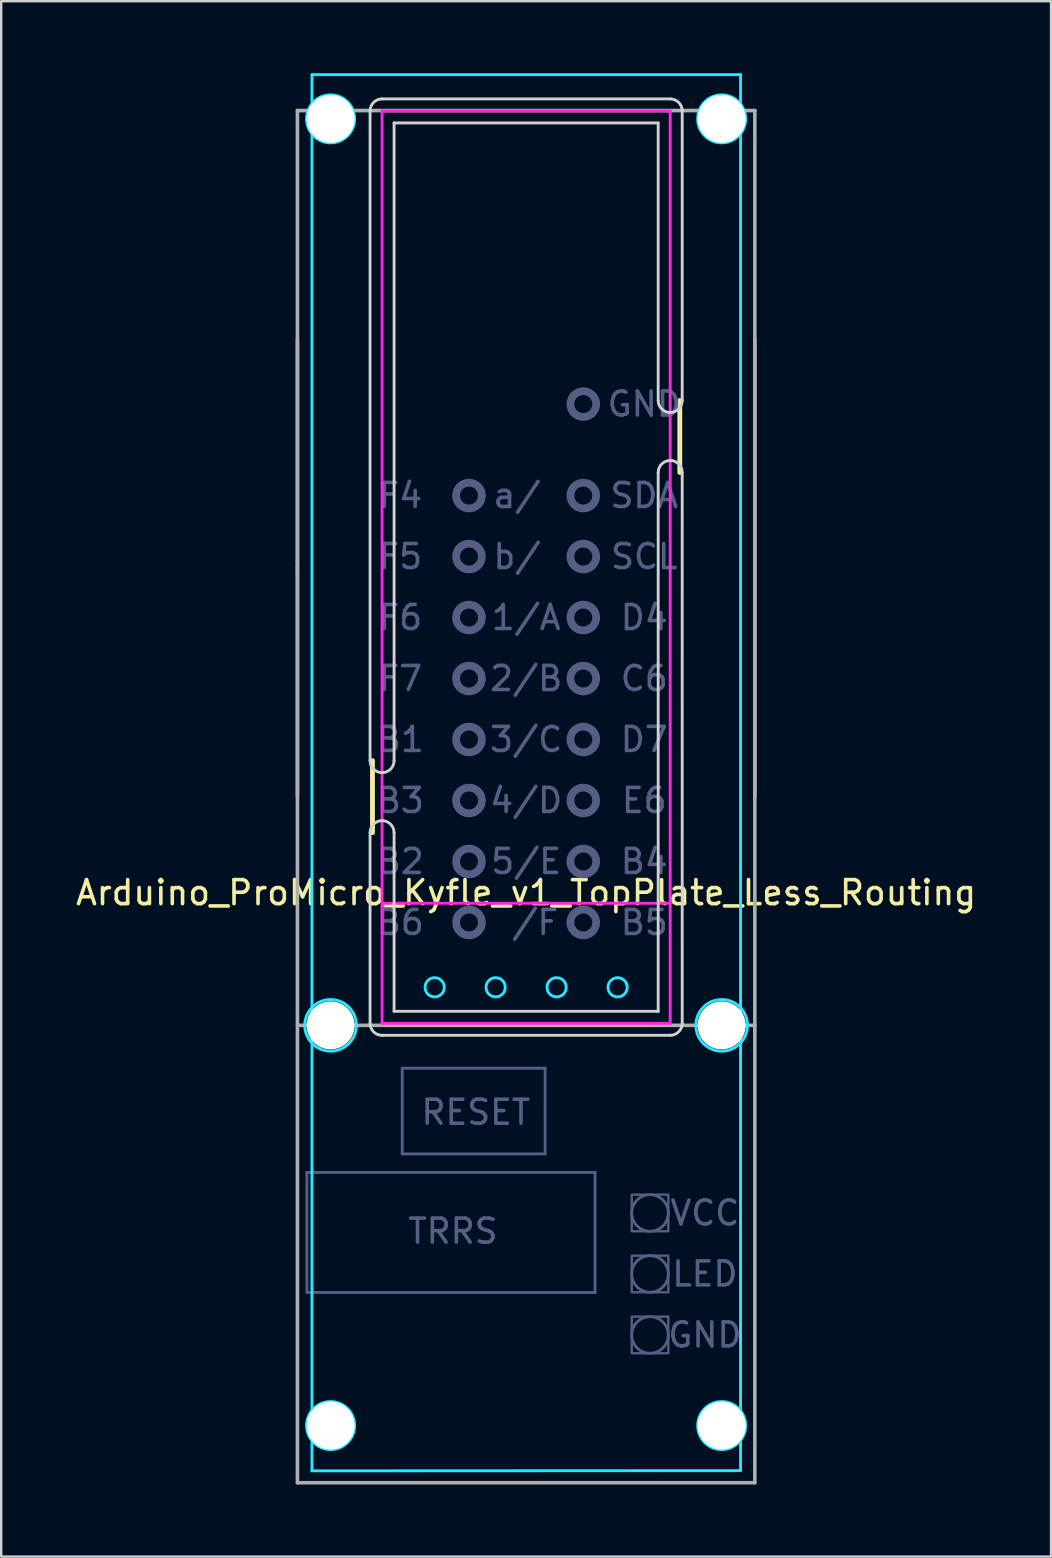
<source format=kicad_pcb>
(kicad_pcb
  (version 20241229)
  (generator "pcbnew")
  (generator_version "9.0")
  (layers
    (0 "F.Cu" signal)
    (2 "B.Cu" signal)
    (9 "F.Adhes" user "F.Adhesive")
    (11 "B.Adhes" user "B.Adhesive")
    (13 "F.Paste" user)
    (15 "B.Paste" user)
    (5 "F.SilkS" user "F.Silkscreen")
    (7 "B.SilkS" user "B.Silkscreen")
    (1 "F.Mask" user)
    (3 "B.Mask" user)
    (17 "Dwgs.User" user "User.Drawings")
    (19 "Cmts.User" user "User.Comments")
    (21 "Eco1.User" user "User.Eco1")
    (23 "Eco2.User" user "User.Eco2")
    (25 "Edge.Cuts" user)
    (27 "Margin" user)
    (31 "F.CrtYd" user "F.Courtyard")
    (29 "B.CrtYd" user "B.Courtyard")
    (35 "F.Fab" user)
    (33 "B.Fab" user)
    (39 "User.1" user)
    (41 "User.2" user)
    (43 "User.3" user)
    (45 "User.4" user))
  (footprint "Arduino_ProMicro_Kyfle_v1_TopPlate_Less_Routing"
    (layer "F.Cu")
    (at 18.863 30.13)
    (property "Reference" "Arduino_ProMicro_Kyfle_v1_TopPlate_Less_Routing" (at 0 4 0) (layer "F.SilkS") (effects (font (size 1 1) (thickness 0.15))))
    (attr through_hole)
    (fp_line (start -6.4 -1.5) (end -6.4 1.5) (stroke (width 0.2) (type solid)) (layer "F.SilkS"))
    (fp_line (start 6.4 -16.5) (end 6.4 -13.5) (stroke (width 0.2) (type solid)) (layer "F.SilkS"))
    (fp_line (start -6.5 -1.5) (end -6.5 -28.56) (stroke (width 0.12) (type solid)) (layer "Edge.Cuts"))
    (fp_line (start -6.5 9.44) (end -6.5 1.5) (stroke (width 0.12) (type solid)) (layer "Edge.Cuts"))
    (fp_line (start -6 -29.06) (end 6 -29.06) (stroke (width 0.12) (type solid)) (layer "Edge.Cuts"))
    (fp_line (start -5.5 -28.06) (end 5.5 -28.06) (stroke (width 0.12) (type solid)) (layer "Edge.Cuts"))
    (fp_line (start -5.5 -1.5) (end -5.5 -28.06) (stroke (width 0.12) (type solid)) (layer "Edge.Cuts"))
    (fp_line (start -5.5 8.94) (end -5.5 1.5) (stroke (width 0.12) (type solid)) (layer "Edge.Cuts"))
    (fp_line (start 5.5 -28.06) (end 5.5 -16.5) (stroke (width 0.12) (type solid)) (layer "Edge.Cuts"))
    (fp_line (start 5.5 -13.5) (end 5.5 8.94) (stroke (width 0.12) (type solid)) (layer "Edge.Cuts"))
    (fp_line (start 5.5 8.94) (end -5.5 8.94) (stroke (width 0.12) (type solid)) (layer "Edge.Cuts"))
    (fp_line (start 6 9.94) (end -6 9.94) (stroke (width 0.12) (type solid)) (layer "Edge.Cuts"))
    (fp_line (start 6.5 -28.56) (end 6.5 -16.5) (stroke (width 0.12) (type solid)) (layer "Edge.Cuts"))
    (fp_line (start 6.5 -13.5) (end 6.5 9.44) (stroke (width 0.12) (type solid)) (layer "Edge.Cuts"))
    (fp_arc (start -6.5 -28.56) (mid -6.353553 -28.913553) (end -6 -29.06) (stroke (width 0.12) (type solid)) (layer "Edge.Cuts"))
    (fp_arc (start -6.5 1.5) (mid -6 1) (end -5.5 1.5) (stroke (width 0.12) (type solid)) (layer "Edge.Cuts"))
    (fp_arc (start -6 9.94) (mid -6.353553 9.793553) (end -6.5 9.44) (stroke (width 0.12) (type solid)) (layer "Edge.Cuts"))
    (fp_arc (start -5.5 -1.5) (mid -6 -1) (end -6.5 -1.5) (stroke (width 0.12) (type solid)) (layer "Edge.Cuts"))
    (fp_arc (start 5.5 -13.5) (mid 6 -14) (end 6.5 -13.5) (stroke (width 0.12) (type solid)) (layer "Edge.Cuts"))
    (fp_arc (start 6 -29.06) (mid 6.353553 -28.913553) (end 6.5 -28.56) (stroke (width 0.12) (type solid)) (layer "Edge.Cuts"))
    (fp_arc (start 6.5 -16.5) (mid 6 -16) (end 5.5 -16.5) (stroke (width 0.12) (type solid)) (layer "Edge.Cuts"))
    (fp_arc (start 6.5 9.44) (mid 6.353553 9.793553) (end 6 9.94) (stroke (width 0.12) (type solid)) (layer "Edge.Cuts"))
    (fp_line (start -8.92 -30.07) (end -8.92 28.08) (stroke (width 0.12) (type solid)) (layer "B.CrtYd"))
    (fp_line (start -8.92 28.08) (end 8.93 28.07) (stroke (width 0.12) (type solid)) (layer "B.CrtYd"))
    (fp_line (start 8.93 -30.07) (end -8.92 -30.07) (stroke (width 0.12) (type solid)) (layer "B.CrtYd"))
    (fp_line (start 8.93 28.07) (end 8.93 -30.07) (stroke (width 0.12) (type solid)) (layer "B.CrtYd"))
    (fp_circle (center -8.144 -28.23) (end -9.144 -28.23) (stroke (width 0.12) (type solid)) (fill no) (layer "B.CrtYd"))
    (fp_circle (center -8.144 9.525) (end -9.219 9.525) (stroke (width 0.12) (type solid)) (fill no) (layer "B.CrtYd"))
    (fp_circle (center -8.144 26.194) (end -9.144 26.194) (stroke (width 0.12) (type solid)) (fill no) (layer "B.CrtYd"))
    (fp_circle (center -3.81 7.94) (end -4.21 7.94) (stroke (width 0.12) (type solid)) (fill no) (layer "B.CrtYd"))
    (fp_circle (center -1.27 7.94) (end -1.67 7.94) (stroke (width 0.12) (type solid)) (fill no) (layer "B.CrtYd"))
    (fp_circle (center 1.27 7.94) (end 0.87 7.94) (stroke (width 0.12) (type solid)) (fill no) (layer "B.CrtYd"))
    (fp_circle (center 3.81 7.94) (end 3.41 7.94) (stroke (width 0.12) (type solid)) (fill no) (layer "B.CrtYd"))
    (fp_circle (center 8.144 -28.23) (end 7.144 -28.23) (stroke (width 0.12) (type solid)) (fill no) (layer "B.CrtYd"))
    (fp_circle (center 8.144 9.525) (end 7.069 9.525) (stroke (width 0.12) (type solid)) (fill no) (layer "B.CrtYd"))
    (fp_circle (center 8.144 26.194) (end 7.144 26.194) (stroke (width 0.12) (type solid)) (fill no) (layer "B.CrtYd"))
    (fp_line (start -6 -28.56) (end -6 9.44) (stroke (width 0.12) (type solid)) (layer "F.CrtYd"))
    (fp_line (start -6 -28.56) (end 6 -28.56) (stroke (width 0.12) (type solid)) (layer "F.CrtYd"))
    (fp_line (start -6 4.44) (end 6 4.44) (stroke (width 0.12) (type solid)) (layer "F.CrtYd"))
    (fp_line (start -6 9.44) (end 6 9.44) (stroke (width 0.12) (type solid)) (layer "F.CrtYd"))
    (fp_line (start 6 9.44) (end 6 -28.56) (stroke (width 0.12) (type solid)) (layer "F.CrtYd"))
    (fp_line (start -9.13 15.65) (end 2.87 15.65) (stroke (width 0.12) (type solid)) (layer "B.Fab"))
    (fp_line (start -9.13 20.65) (end -9.13 15.65) (stroke (width 0.12) (type solid)) (layer "B.Fab"))
    (fp_line (start -5.16 11.31) (end 0.79 11.31) (stroke (width 0.12) (type solid)) (layer "B.Fab"))
    (fp_line (start -5.16 14.88) (end -5.16 11.31) (stroke (width 0.12) (type solid)) (layer "B.Fab"))
    (fp_line (start 0.79 11.31) (end 0.79 14.88) (stroke (width 0.12) (type solid)) (layer "B.Fab"))
    (fp_line (start 0.79 14.88) (end -5.16 14.88) (stroke (width 0.12) (type solid)) (layer "B.Fab"))
    (fp_line (start 2.87 15.65) (end 2.87 20.65) (stroke (width 0.12) (type solid)) (layer "B.Fab"))
    (fp_line (start 2.87 20.65) (end -9.13 20.65) (stroke (width 0.12) (type solid)) (layer "B.Fab"))
    (fp_circle (center -2.38 -12.54) (end -1.843 -12.54) (stroke (width 0.325) (type solid)) (fill no) (layer "B.Fab"))
    (fp_circle (center -2.38 -10) (end -1.843 -10) (stroke (width 0.325) (type solid)) (fill no) (layer "B.Fab"))
    (fp_circle (center -2.38 -7.46) (end -1.843 -7.46) (stroke (width 0.325) (type solid)) (fill no) (layer "B.Fab"))
    (fp_circle (center -2.38 -4.92) (end -1.843 -4.92) (stroke (width 0.325) (type solid)) (fill no) (layer "B.Fab"))
    (fp_circle (center -2.38 -2.38) (end -1.843 -2.38) (stroke (width 0.325) (type solid)) (fill no) (layer "B.Fab"))
    (fp_circle (center -2.38 0.16) (end -1.843 0.16) (stroke (width 0.325) (type solid)) (fill no) (layer "B.Fab"))
    (fp_circle (center -2.38 2.7) (end -1.843 2.7) (stroke (width 0.325) (type solid)) (fill no) (layer "B.Fab"))
    (fp_circle (center -2.38 5.24) (end -1.843 5.24) (stroke (width 0.325) (type solid)) (fill no) (layer "B.Fab"))
    (fp_circle (center 2.38 -16.35) (end 2.917 -16.35) (stroke (width 0.325) (type solid)) (fill no) (layer "B.Fab"))
    (fp_circle (center 2.38 -12.54) (end 2.917 -12.54) (stroke (width 0.325) (type solid)) (fill no) (layer "B.Fab"))
    (fp_circle (center 2.38 -10) (end 2.917 -10) (stroke (width 0.325) (type solid)) (fill no) (layer "B.Fab"))
    (fp_circle (center 2.38 -7.46) (end 2.917 -7.46) (stroke (width 0.325) (type solid)) (fill no) (layer "B.Fab"))
    (fp_circle (center 2.38 -4.92) (end 2.917 -4.92) (stroke (width 0.325) (type solid)) (fill no) (layer "B.Fab"))
    (fp_circle (center 2.38 -2.38) (end 2.917 -2.38) (stroke (width 0.325) (type solid)) (fill no) (layer "B.Fab"))
    (fp_circle (center 2.38 0.16) (end 2.917 0.16) (stroke (width 0.325) (type solid)) (fill no) (layer "B.Fab"))
    (fp_circle (center 2.38 2.7) (end 2.917 2.7) (stroke (width 0.325) (type solid)) (fill no) (layer "B.Fab"))
    (fp_circle (center 2.38 5.24) (end 2.917 5.24) (stroke (width 0.325) (type solid)) (fill no) (layer "B.Fab"))
    (fp_circle (center 5.16 17.34) (end 5.922 17.34) (stroke (width 0.12) (type solid)) (fill no) (layer "B.Fab"))
    (fp_circle (center 5.16 19.88) (end 5.922 19.88) (stroke (width 0.12) (type solid)) (fill no) (layer "B.Fab"))
    (fp_circle (center 5.16 22.42) (end 5.922 22.42) (stroke (width 0.12) (type solid)) (fill no) (layer "B.Fab"))
    (fp_poly (pts (xy 5.922 18.102) (xy 4.398 18.102) (xy 4.398 16.578) (xy 5.922 16.578)) (stroke (width 0.1) (type solid)) (fill no) (layer "B.Fab"))
    (fp_poly (pts (xy 5.922 20.642) (xy 4.398 20.642) (xy 4.398 19.118) (xy 5.922 19.118)) (stroke (width 0.1) (type solid)) (fill no) (layer "B.Fab"))
    (fp_poly (pts (xy 5.922 23.182) (xy 4.398 23.182) (xy 4.398 21.658) (xy 5.922 21.658)) (stroke (width 0.1) (type solid)) (fill no) (layer "B.Fab"))
    (fp_line (start -9.525 -28.575) (end -9.525 -9.525) (stroke (width 0.15) (type solid)) (layer "F.Fab"))
    (fp_line (start -9.525 -19.05) (end -9.525 0) (stroke (width 0.15) (type solid)) (layer "F.Fab"))
    (fp_line (start -9.525 -9.525) (end -9.525 28.575) (stroke (width 0.15) (type solid)) (layer "F.Fab"))
    (fp_line (start -9.525 9.525) (end 9.525 9.525) (stroke (width 0.15) (type solid)) (layer "F.Fab"))
    (fp_line (start -9.525 28.575) (end 9.525 28.575) (stroke (width 0.15) (type solid)) (layer "F.Fab"))
    (fp_line (start 9.525 -28.575) (end -9.525 -28.575) (stroke (width 0.15) (type solid)) (layer "F.Fab"))
    (fp_line (start 9.525 -9.525) (end 9.525 -28.575) (stroke (width 0.15) (type solid)) (layer "F.Fab"))
    (fp_line (start 9.525 0) (end 9.525 -19.05) (stroke (width 0.15) (type solid)) (layer "F.Fab"))
    (fp_line (start 9.525 28.575) (end 9.525 -9.525) (stroke (width 0.15) (type solid)) (layer "F.Fab"))
    (fp_text user "TRRS" (at -3.048 18.098 0) (layer "B.Fab") (effects (font (size 1 1) (thickness 0.15))))
    (fp_text user "3/C" (at 0 -2.38 0) (layer "B.Fab") (effects (font (size 1 1) (thickness 0.15))))
    (fp_text user "C6" (at 4.92 -4.92 0) (layer "B.Fab") (effects (font (size 1 1) (thickness 0.15))))
    (fp_text user "F4" (at -5.24 -12.54 0) (layer "B.Fab") (effects (font (size 1 1) (thickness 0.15))))
    (fp_text user "GND" (at 7.446 22.42 0) (layer "B.Fab") (effects (font (size 1 1) (thickness 0.15))))
    (fp_text user "VCC" (at 7.446 17.34 0) (layer "B.Fab") (effects (font (size 1 1) (thickness 0.15))))
    (fp_text user "GND" (at 4.92 -16.35 0) (layer "B.Fab") (effects (font (size 1 1) (thickness 0.15))))
    (fp_text user "F6" (at -5.24 -7.46 0) (layer "B.Fab") (effects (font (size 1 1) (thickness 0.15))))
    (fp_text user "E6" (at 4.92 0.16 0) (layer "B.Fab") (effects (font (size 1 1) (thickness 0.15))))
    (fp_text user "B6" (at -5.24 5.24 0) (layer "B.Fab") (effects (font (size 1 1) (thickness 0.15))))
    (fp_text user "RESET" (at -2.095 13.145 0) (layer "B.Fab") (effects (font (size 1 1) (thickness 0.15))))
    (fp_text user "a/ " (at 0 -12.54 0) (layer "B.Fab") (effects (font (size 1 1) (thickness 0.15))))
    (fp_text user "B3" (at -5.24 0.16 0) (layer "B.Fab") (effects (font (size 1 1) (thickness 0.15))))
    (fp_text user "D4" (at 4.92 -7.46 0) (layer "B.Fab") (effects (font (size 1 1) (thickness 0.15))))
    (fp_text user "B4" (at 4.92 2.7 0) (layer "B.Fab") (effects (font (size 1 1) (thickness 0.15))))
    (fp_text user "D7" (at 4.92 -2.38 0) (layer "B.Fab") (effects (font (size 1 1) (thickness 0.15))))
    (fp_text user "2/B" (at 0 -4.92 0) (layer "B.Fab") (effects (font (size 1 1) (thickness 0.15))))
    (fp_text user "B2" (at -5.24 2.7 0) (layer "B.Fab") (effects (font (size 1 1) (thickness 0.15))))
    (fp_text user "SCL" (at 4.92 -10 0) (layer "B.Fab") (effects (font (size 1 1) (thickness 0.15))))
    (fp_text user " /F" (at 0 5.24 0) (layer "B.Fab") (effects (font (size 1 1) (thickness 0.15))))
    (fp_text user "LED" (at 7.446 19.88 0) (layer "B.Fab") (effects (font (size 1 1) (thickness 0.15))))
    (fp_text user "5/E" (at 0 2.7 0) (layer "B.Fab") (effects (font (size 1 1) (thickness 0.15))))
    (fp_text user "F5" (at -5.24 -10 0) (layer "B.Fab") (effects (font (size 1 1) (thickness 0.15))))
    (fp_text user "F7" (at -5.24 -4.92 0) (layer "B.Fab") (effects (font (size 1 1) (thickness 0.15))))
    (fp_text user "4/D" (at 0 0.16 0) (layer "B.Fab") (effects (font (size 1 1) (thickness 0.15))))
    (fp_text user "b/ " (at 0 -10 0) (layer "B.Fab") (effects (font (size 1 1) (thickness 0.15))))
    (fp_text user "1/A" (at 0 -7.46 0) (layer "B.Fab") (effects (font (size 1 1) (thickness 0.15))))
    (fp_text user "SDA" (at 4.92 -12.54 0) (layer "B.Fab") (effects (font (size 1 1) (thickness 0.15))))
    (fp_text user "B1" (at -5.24 -2.38 0) (layer "B.Fab") (effects (font (size 1 1) (thickness 0.15))))
    (fp_text user "B5" (at 4.92 5.24 0) (layer "B.Fab") (effects (font (size 1 1) (thickness 0.15))))
    (pad "" np_thru_hole circle (at -8.144 -28.23) (size 2 2) (drill 2) (layers "*.Cu" "*.Mask"))
    (pad "" np_thru_hole circle (at -8.144 9.525) (size 2 2) (drill 2) (layers "*.Cu" "*.Mask"))
    (pad "" np_thru_hole circle (at -8.144 26.194) (size 2 2) (drill 2) (layers "*.Cu" "*.Mask"))
    (pad "" np_thru_hole circle (at 8.144 -28.23) (size 2 2) (drill 2) (layers "*.Cu" "*.Mask"))
    (pad "" np_thru_hole circle (at 8.144 9.525) (size 2 2) (drill 2) (layers "*.Cu" "*.Mask"))
    (pad "" np_thru_hole circle (at 8.144 26.194) (size 2 2) (drill 2) (layers "*.Cu" "*.Mask")))
  (gr_rect
    (start -3 -3)
    (end 40.726 61.78)
    (stroke (width 0.1) (type default))
    (fill no)
    (layer "Edge.Cuts")))
</source>
